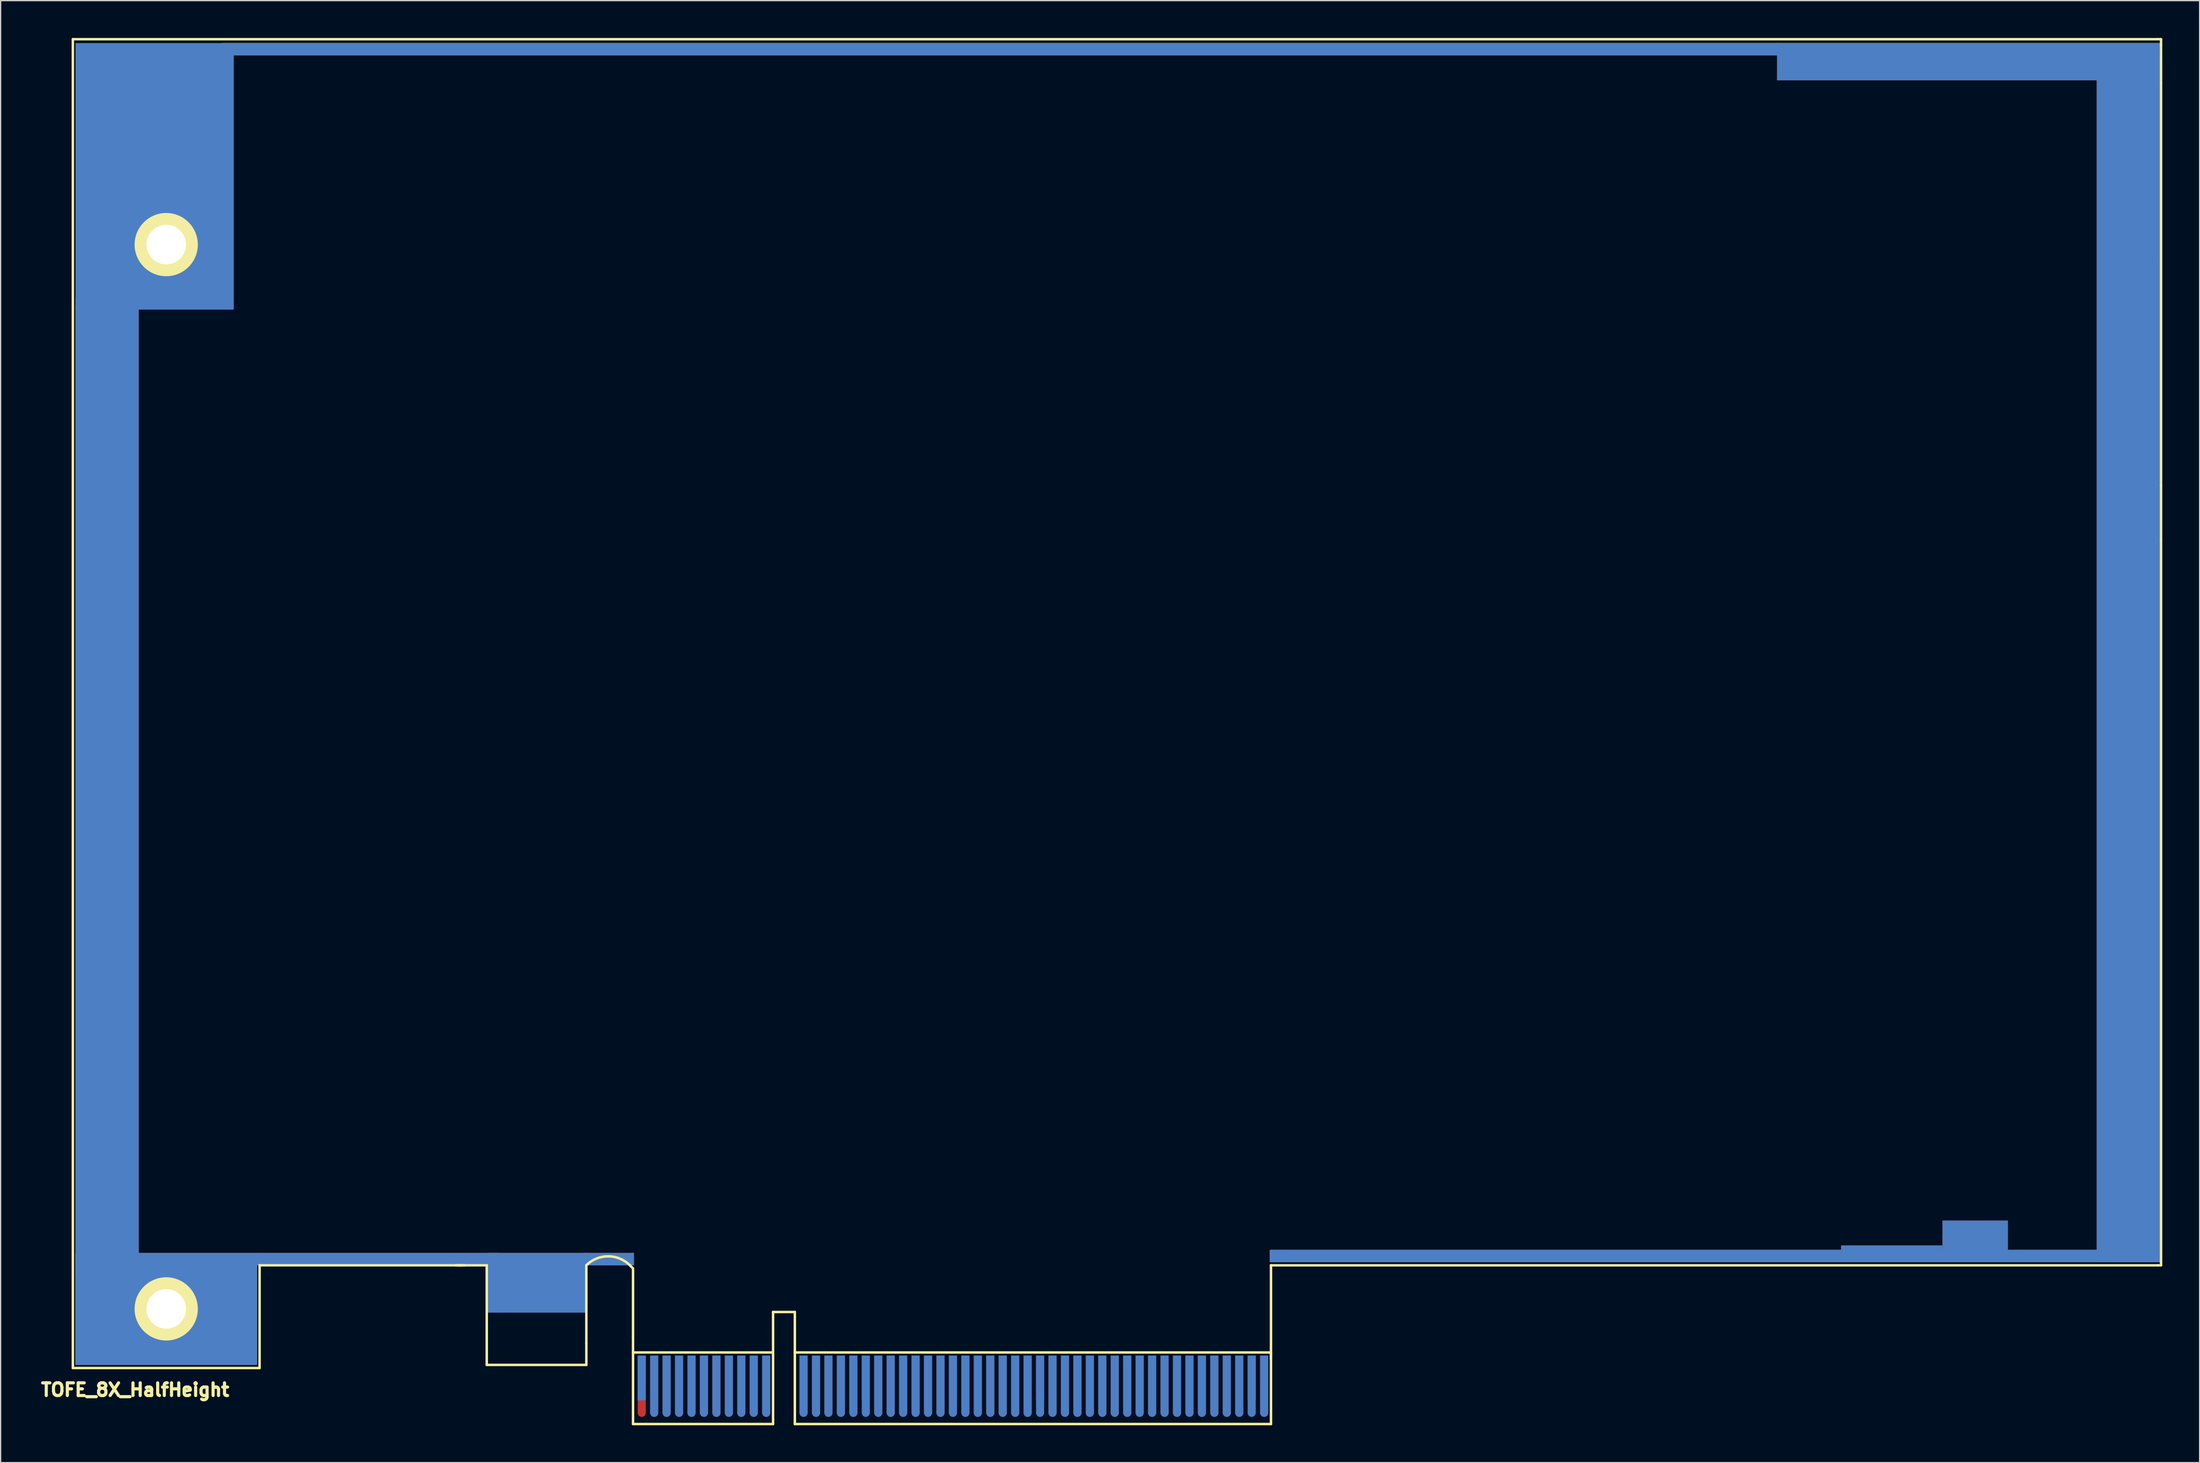
<source format=kicad_pcb>
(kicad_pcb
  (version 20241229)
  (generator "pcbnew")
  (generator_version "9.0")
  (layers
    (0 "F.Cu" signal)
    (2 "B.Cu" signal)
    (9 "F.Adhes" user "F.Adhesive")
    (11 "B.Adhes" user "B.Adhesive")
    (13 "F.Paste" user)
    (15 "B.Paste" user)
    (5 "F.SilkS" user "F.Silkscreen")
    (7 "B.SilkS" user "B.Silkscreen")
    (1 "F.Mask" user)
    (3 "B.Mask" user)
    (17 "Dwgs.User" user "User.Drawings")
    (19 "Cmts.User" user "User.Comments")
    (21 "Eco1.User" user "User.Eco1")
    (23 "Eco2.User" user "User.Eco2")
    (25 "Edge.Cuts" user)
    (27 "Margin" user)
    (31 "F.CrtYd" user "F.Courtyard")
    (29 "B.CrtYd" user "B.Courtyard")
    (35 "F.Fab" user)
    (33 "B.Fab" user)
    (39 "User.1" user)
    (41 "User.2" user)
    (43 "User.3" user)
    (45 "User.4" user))
  (footprint "TOFE_8X_HalfHeight"
    (layer "F.Cu")
    (at 2.803 106.85)
    (property "Reference" "TOFE_8X_HalfHeight" (at 5 1.75 0) (layer "F.SilkS") (effects (font (size 1.016 1.016) (thickness 0.254))))
    (attr through_hole)
    (fp_line (start 0 -0.25) (end 0 -106.75) (stroke (width 0.2) (type solid)) (layer "F.SilkS"))
    (fp_line (start 0 -0.25) (end 0 0) (stroke (width 0.2) (type solid)) (layer "F.SilkS"))
    (fp_line (start 0 0) (end 15 0) (stroke (width 0.2) (type solid)) (layer "F.SilkS"))
    (fp_line (start 15 -8.25) (end 31.25 -8.25) (stroke (width 0.2) (type solid)) (layer "F.SilkS"))
    (fp_line (start 15 -0.25) (end 15 -8.25) (stroke (width 0.2) (type solid)) (layer "F.SilkS"))
    (fp_line (start 15 0) (end 15 -0.25) (stroke (width 0.2) (type solid)) (layer "F.SilkS"))
    (fp_line (start 31.5 -8.25) (end 31 -8.25) (stroke (width 0.2) (type solid)) (layer "F.SilkS"))
    (fp_line (start 33.25 -8.25) (end 30.75 -8.25) (stroke (width 0.2) (type solid)) (layer "F.SilkS"))
    (fp_line (start 33.25 -0.25) (end 33.25 -8.25) (stroke (width 0.2) (type solid)) (layer "F.SilkS"))
    (fp_line (start 33.25 -0.25) (end 41.25 -0.25) (stroke (width 0.2) (type solid)) (layer "F.SilkS"))
    (fp_line (start 41.25 -2) (end 41.25 -8.25) (stroke (width 0.2) (type solid)) (layer "F.SilkS"))
    (fp_line (start 41.25 -2) (end 41.25 -0.25) (stroke (width 0.2) (type solid)) (layer "F.SilkS"))
    (fp_line (start 45 -8) (end 44.75 -8.25) (stroke (width 0.2) (type solid)) (layer "F.SilkS"))
    (fp_line (start 45 -2.5) (end 45 -8) (stroke (width 0.2) (type solid)) (layer "F.SilkS"))
    (fp_line (start 45 4.5) (end 45 -2.5) (stroke (width 0.2) (type solid)) (layer "F.SilkS"))
    (fp_line (start 45 4.5) (end 56.25 4.5) (stroke (width 0.2) (type solid)) (layer "F.SilkS"))
    (fp_line (start 56.25 -4.5) (end 56.25 4.5) (stroke (width 0.2) (type solid)) (layer "F.SilkS"))
    (fp_line (start 56.25 -4.5) (end 58 -4.5) (stroke (width 0.2) (type solid)) (layer "F.SilkS"))
    (fp_line (start 56.25 -1.25) (end 45 -1.25) (stroke (width 0.2) (type solid)) (layer "F.SilkS"))
    (fp_line (start 58 -4.5) (end 58 4.5) (stroke (width 0.2) (type solid)) (layer "F.SilkS"))
    (fp_line (start 58 4.5) (end 96.25 4.5) (stroke (width 0.2) (type solid)) (layer "F.SilkS"))
    (fp_line (start 96.25 -8.25) (end 167.5 -8.25) (stroke (width 0.2) (type solid)) (layer "F.SilkS"))
    (fp_line (start 96.25 -1.25) (end 58 -1.25) (stroke (width 0.2) (type solid)) (layer "F.SilkS"))
    (fp_line (start 96.25 -0.75) (end 96.25 -8.25) (stroke (width 0.2) (type solid)) (layer "F.SilkS"))
    (fp_line (start 96.25 4.5) (end 96.25 -1.25) (stroke (width 0.2) (type solid)) (layer "F.SilkS"))
    (fp_line (start 167.475 -106.75) (end 167.75 -106.75) (stroke (width 0.2) (type solid)) (layer "F.SilkS"))
    (fp_line (start 167.5 -106.75) (end 0 -106.75) (stroke (width 0.2) (type solid)) (layer "F.SilkS"))
    (fp_line (start 167.5 -8.25) (end 167.75 -8.25) (stroke (width 0.2) (type solid)) (layer "F.SilkS"))
    (fp_line (start 167.75 -106.75) (end 167.75 -106.275) (stroke (width 0.2) (type solid)) (layer "F.SilkS"))
    (fp_line (start 167.75 -106.275) (end 167.75 -103.225) (stroke (width 0.2) (type solid)) (layer "F.SilkS"))
    (fp_line (start 167.75 -103.225) (end 167.75 -89.15) (stroke (width 0.2) (type solid)) (layer "F.SilkS"))
    (fp_line (start 167.75 -89.1) (end 167.75 -70.9) (stroke (width 0.2) (type solid)) (layer "F.SilkS"))
    (fp_line (start 167.75 -70.9) (end 167.75 -66.55) (stroke (width 0.2) (type solid)) (layer "F.SilkS"))
    (fp_line (start 167.75 -66.55) (end 167.75 -8.575) (stroke (width 0.2) (type solid)) (layer "F.SilkS"))
    (fp_line (start 167.75 -8.25) (end 167.75 -8.55) (stroke (width 0.2) (type solid)) (layer "F.SilkS"))
    (fp_arc (start 41.25 -8.25) (mid 43 -8.974874) (end 44.75 -8.25) (stroke (width 0.2) (type solid)) (layer "F.SilkS"))
    (pad "" smd rect (at 2.75 -47) (size 5.08 78) (layers "F.Cu" "F.Mask" "F.Paste"))
    (pad "" smd rect (at 2.75 -46.36) (size 5.08 78) (layers "F.Mask" "B.Cu" "F.Paste"))
    (pad "" smd rect (at 6.57 -95.73) (size 12.7 21.4) (layers "F.Cu" "F.Mask" "F.Paste"))
    (pad "" smd rect (at 6.57 -95.73) (size 12.7 21.4) (layers "F.Mask" "B.Cu" "F.Paste"))
    (pad "" thru_hole circle (at 7.5 -90.25) (size 5.08 5.08) (drill 3.18) (layers "*.Cu" "*.Mask" "F.SilkS"))
    (pad "" thru_hole circle (at 7.5 -4.75) (size 5.08 5.08) (drill 3.18) (layers "*.Cu" "*.Mask" "F.SilkS"))
    (pad "" smd rect (at 7.5 -4.75) (size 14.6 9) (layers "F.Cu" "F.Mask" "F.Paste"))
    (pad "" smd rect (at 7.5 -4.75) (size 14.6 9) (layers "F.Mask" "B.Cu" "F.Paste"))
    (pad "" smd rect (at 24.5 -8.75) (size 19.5 1) (layers "F.Cu" "F.Mask" "F.Paste"))
    (pad "" smd rect (at 24.5 -8.75) (size 19.5 1) (layers "F.Mask" "B.Cu" "F.Paste"))
    (pad "" smd rect (at 37.325 -6.85) (size 8 4.8) (layers "F.Cu" "F.Mask" "F.Paste"))
    (pad "" smd rect (at 37.325 -6.85) (size 8 4.8) (layers "F.Mask" "B.Cu" "F.Paste"))
    (pad "" smd rect (at 43.075 -8.75) (size 4 1) (layers "F.Cu" "F.Mask" "F.Paste"))
    (pad "" smd rect (at 43.075 -8.75) (size 4 1) (layers "F.Mask" "B.Cu" "F.Paste"))
    (pad "" connect circle (at 45.7 3.601) (size 0.65 0.65) (layers "F.Cu" "F.Mask"))
    (pad "" connect circle (at 46.701 3.601) (size 0.65 0.65) (layers "F.Cu" "F.Mask"))
    (pad "" connect oval (at 46.701 3.601 90) (size 0.65 0.65) (layers "B.Cu" "B.Mask"))
    (pad "" connect circle (at 47.699 3.601) (size 0.65 0.65) (layers "F.Cu" "F.Mask"))
    (pad "" connect oval (at 47.699 3.601 90) (size 0.65 0.65) (layers "B.Cu" "B.Mask"))
    (pad "" connect circle (at 48.7 3.601) (size 0.65 0.65) (layers "F.Cu" "F.Mask"))
    (pad "" connect oval (at 48.7 3.601 90) (size 0.65 0.65) (layers "B.Cu" "B.Mask"))
    (pad "" connect circle (at 49.701 3.601) (size 0.65 0.65) (layers "F.Cu" "F.Mask"))
    (pad "" connect oval (at 49.701 3.601 90) (size 0.65 0.65) (layers "B.Cu" "B.Mask"))
    (pad "" connect circle (at 50.699 3.601) (size 0.65 0.65) (layers "F.Cu" "F.Mask"))
    (pad "" connect oval (at 50.699 3.601 90) (size 0.65 0.65) (layers "B.Cu" "B.Mask"))
    (pad "" connect circle (at 51.7 3.601) (size 0.65 0.65) (layers "F.Cu" "F.Mask"))
    (pad "" connect oval (at 51.7 3.601 90) (size 0.65 0.65) (layers "B.Cu" "B.Mask"))
    (pad "" connect circle (at 52.701 3.601) (size 0.65 0.65) (layers "F.Cu" "F.Mask"))
    (pad "" connect oval (at 52.701 3.601 90) (size 0.65 0.65) (layers "B.Cu" "B.Mask"))
    (pad "" connect circle (at 53.699 3.601) (size 0.65 0.65) (layers "F.Cu" "F.Mask"))
    (pad "" connect oval (at 53.699 3.601 90) (size 0.65 0.65) (layers "B.Cu" "B.Mask"))
    (pad "" connect circle (at 54.7 3.601) (size 0.65 0.65) (layers "F.Cu" "F.Mask"))
    (pad "" connect oval (at 54.7 3.601 90) (size 0.65 0.65) (layers "B.Cu" "B.Mask"))
    (pad "" connect circle (at 55.7 3.601) (size 0.65 0.65) (layers "F.Cu" "F.Mask"))
    (pad "" connect oval (at 55.7 3.601 90) (size 0.65 0.65) (layers "B.Cu" "B.Mask"))
    (pad "" connect circle (at 58.7 3.601) (size 0.65 0.65) (layers "F.Cu" "F.Mask"))
    (pad "" connect oval (at 58.7 3.601 90) (size 0.65 0.65) (layers "B.Cu" "B.Mask"))
    (pad "" connect circle (at 59.701 3.601) (size 0.65 0.65) (layers "F.Cu" "F.Mask"))
    (pad "" connect oval (at 59.701 3.601 90) (size 0.65 0.65) (layers "B.Cu" "B.Mask"))
    (pad "" connect circle (at 60.699 3.601) (size 0.65 0.65) (layers "F.Cu" "F.Mask"))
    (pad "" connect oval (at 60.699 3.601 90) (size 0.65 0.65) (layers "B.Cu" "B.Mask"))
    (pad "" connect circle (at 61.7 3.601) (size 0.65 0.65) (layers "F.Cu" "F.Mask"))
    (pad "" connect oval (at 61.7 3.601 90) (size 0.65 0.65) (layers "B.Cu" "B.Mask"))
    (pad "" connect circle (at 62.701 3.601) (size 0.65 0.65) (layers "F.Cu" "F.Mask"))
    (pad "" connect oval (at 62.701 3.601 90) (size 0.65 0.65) (layers "B.Cu" "B.Mask"))
    (pad "" connect oval (at 63.699 3.601 90) (size 0.65 0.65) (layers "B.Cu" "B.Mask"))
    (pad "" connect circle (at 64.7 3.601) (size 0.65 0.65) (layers "F.Cu" "F.Mask"))
    (pad "" connect oval (at 64.7 3.601 90) (size 0.65 0.65) (layers "B.Cu" "B.Mask"))
    (pad "" connect oval (at 65.7 3.601) (size 0.65 0.65) (layers "F.Cu" "B.Mask"))
    (pad "" connect oval (at 65.7 3.601 90) (size 0.65 0.65) (layers "B.Cu" "B.Mask"))
    (pad "" connect oval (at 66.7 3.601) (size 0.65 0.65) (layers "F.Cu" "B.Mask"))
    (pad "" connect oval (at 66.7 3.601 90) (size 0.65 0.65) (layers "B.Cu" "B.Mask"))
    (pad "" connect oval (at 67.7 3.601) (size 0.65 0.65) (layers "F.Cu" "B.Mask"))
    (pad "" connect oval (at 67.7 3.601 90) (size 0.65 0.65) (layers "B.Cu" "B.Mask"))
    (pad "" connect oval (at 68.7 3.601) (size 0.65 0.65) (layers "F.Cu" "B.Mask"))
    (pad "" connect oval (at 68.7 3.601 90) (size 0.65 0.65) (layers "B.Cu" "B.Mask"))
    (pad "" connect oval (at 69.7 3.601) (size 0.65 0.65) (layers "F.Cu" "B.Mask"))
    (pad "" connect oval (at 69.7 3.601 90) (size 0.65 0.65) (layers "B.Cu" "B.Mask"))
    (pad "" connect oval (at 70.7 3.601) (size 0.65 0.65) (layers "F.Cu" "B.Mask"))
    (pad "" connect oval (at 70.7 3.601 90) (size 0.65 0.65) (layers "B.Cu" "B.Mask"))
    (pad "" connect oval (at 71.7 3.601) (size 0.65 0.65) (layers "F.Cu" "B.Mask"))
    (pad "" connect oval (at 71.7 3.601 90) (size 0.65 0.65) (layers "B.Cu" "B.Mask"))
    (pad "" connect oval (at 72.7 3.601) (size 0.65 0.65) (layers "F.Cu" "B.Mask"))
    (pad "" connect oval (at 72.7 3.601 90) (size 0.65 0.65) (layers "B.Cu" "B.Mask"))
    (pad "" connect oval (at 73.7 3.601) (size 0.65 0.65) (layers "F.Cu" "B.Mask"))
    (pad "" connect oval (at 73.7 3.601 90) (size 0.65 0.65) (layers "B.Cu" "B.Mask"))
    (pad "" smd rect (at 74.45 -105.95) (size 125 1) (layers "F.Mask" "B.Cu" "F.Paste"))
    (pad "" smd rect (at 74.7 -105.95) (size 125 1) (layers "F.Cu" "F.Mask" "F.Paste"))
    (pad "" connect oval (at 74.7 3.601) (size 0.65 0.65) (layers "F.Cu" "B.Mask"))
    (pad "" connect oval (at 74.7 3.601 90) (size 0.65 0.65) (layers "B.Cu" "B.Mask"))
    (pad "" connect oval (at 75.7 3.601) (size 0.65 0.65) (layers "F.Cu" "B.Mask"))
    (pad "" connect oval (at 75.7 3.601 90) (size 0.65 0.65) (layers "B.Cu" "B.Mask"))
    (pad "" connect oval (at 76.7 3.601) (size 0.65 0.65) (layers "F.Cu" "B.Mask"))
    (pad "" connect oval (at 76.7 3.601 90) (size 0.65 0.65) (layers "B.Cu" "B.Mask"))
    (pad "" connect oval (at 77.7 3.601 90) (size 0.65 0.65) (layers "B.Cu" "B.Mask"))
    (pad "" connect oval (at 78.7 3.601) (size 0.65 0.65) (layers "F.Cu" "B.Mask"))
    (pad "" connect oval (at 78.7 3.601 90) (size 0.65 0.65) (layers "B.Cu" "B.Mask"))
    (pad "" connect oval (at 79.7 3.601) (size 0.65 0.65) (layers "F.Cu" "B.Mask"))
    (pad "" connect oval (at 79.7 3.601 90) (size 0.65 0.65) (layers "B.Cu" "B.Mask"))
    (pad "" connect oval (at 80.7 3.601) (size 0.65 0.65) (layers "F.Cu" "B.Mask"))
    (pad "" connect oval (at 80.7 3.601 90) (size 0.65 0.65) (layers "B.Cu" "B.Mask"))
    (pad "" connect oval (at 81.7 3.601) (size 0.65 0.65) (layers "F.Cu" "B.Mask"))
    (pad "" connect oval (at 81.7 3.601 90) (size 0.65 0.65) (layers "B.Cu" "B.Mask"))
    (pad "" connect oval (at 82.7 3.601) (size 0.65 0.65) (layers "F.Cu" "B.Mask"))
    (pad "" connect oval (at 82.7 3.601 90) (size 0.65 0.65) (layers "B.Cu" "B.Mask"))
    (pad "" connect oval (at 83.7 3.601) (size 0.65 0.65) (layers "F.Cu" "B.Mask"))
    (pad "" connect oval (at 83.7 3.601 90) (size 0.65 0.65) (layers "B.Cu" "B.Mask"))
    (pad "" connect oval (at 84.7 3.601) (size 0.65 0.65) (layers "F.Cu" "B.Mask"))
    (pad "" connect oval (at 84.7 3.601 90) (size 0.65 0.65) (layers "B.Cu" "B.Mask"))
    (pad "" connect oval (at 85.7 3.601) (size 0.65 0.65) (layers "F.Cu" "B.Mask"))
    (pad "" connect oval (at 85.7 3.601 90) (size 0.65 0.65) (layers "B.Cu" "B.Mask"))
    (pad "" connect oval (at 86.7 3.601) (size 0.65 0.65) (layers "F.Cu" "B.Mask"))
    (pad "" connect oval (at 86.7 3.601 90) (size 0.65 0.65) (layers "B.Cu" "B.Mask"))
    (pad "" connect oval (at 87.7 3.601) (size 0.65 0.65) (layers "F.Cu" "B.Mask"))
    (pad "" connect oval (at 87.7 3.601 90) (size 0.65 0.65) (layers "B.Cu" "B.Mask"))
    (pad "" connect oval (at 88.7 3.601) (size 0.65 0.65) (layers "F.Cu" "B.Mask"))
    (pad "" connect oval (at 88.7 3.601 90) (size 0.65 0.65) (layers "B.Cu" "B.Mask"))
    (pad "" connect oval (at 89.7 3.601) (size 0.65 0.65) (layers "F.Cu" "B.Mask"))
    (pad "" connect oval (at 89.7 3.601 90) (size 0.65 0.65) (layers "B.Cu" "B.Mask"))
    (pad "" connect oval (at 90.7 3.601) (size 0.65 0.65) (layers "F.Cu" "B.Mask"))
    (pad "" connect oval (at 90.7 3.601 90) (size 0.65 0.65) (layers "B.Cu" "B.Mask"))
    (pad "" connect oval (at 91.7 3.601) (size 0.65 0.65) (layers "F.Cu" "B.Mask"))
    (pad "" connect oval (at 91.7 3.601 90) (size 0.65 0.65) (layers "B.Cu" "B.Mask"))
    (pad "" connect oval (at 92.7 3.601) (size 0.65 0.65) (layers "F.Cu" "B.Mask"))
    (pad "" connect oval (at 92.7 3.601 90) (size 0.65 0.65) (layers "B.Cu" "B.Mask"))
    (pad "" connect oval (at 93.7 3.601) (size 0.65 0.65) (layers "F.Cu" "B.Mask"))
    (pad "" connect oval (at 93.7 3.601 90) (size 0.65 0.65) (layers "B.Cu" "B.Mask"))
    (pad "" connect oval (at 94.7 3.601 90) (size 0.65 0.65) (layers "B.Cu" "B.Mask"))
    (pad "" connect oval (at 95.7 3.601) (size 0.65 0.65) (layers "F.Cu" "B.Mask"))
    (pad "" connect oval (at 95.7 3.601 90) (size 0.65 0.65) (layers "B.Cu" "B.Mask"))
    (pad "" smd rect (at 131.875 -9) (size 71.45 1) (layers "F.Cu" "F.Mask" "F.Paste"))
    (pad "" smd rect (at 131.875 -9) (size 71.45 1) (layers "F.Mask" "B.Cu" "F.Paste"))
    (pad "" smd rect (at 146.12 -9.67) (size 8.15 0.35) (layers "F.Cu" "F.Mask" "F.Paste"))
    (pad "" smd rect (at 146.12 -9.67) (size 8.15 0.35) (layers "F.Mask" "B.Cu" "F.Paste"))
    (pad "" smd rect (at 152.28 -104.95) (size 30.75 3) (layers "F.Cu" "F.Mask" "F.Paste"))
    (pad "" smd rect (at 152.28 -104.95) (size 30.75 3) (layers "F.Mask" "B.Cu" "F.Paste"))
    (pad "" smd rect (at 152.82 -10.67) (size 5.25 2.35) (layers "F.Cu" "F.Mask" "F.Paste"))
    (pad "" smd rect (at 152.82 -10.67) (size 5.25 2.35) (layers "F.Mask" "B.Cu" "F.Paste"))
    (pad "" smd rect (at 165.12 -56.95) (size 5.08 96.9) (layers "F.Cu" "F.Mask" "F.Paste"))
    (pad "" smd rect (at 165.12 -56.92) (size 5.08 96.84) (layers "F.Mask" "B.Cu" "F.Paste"))
    (pad "A1" connect rect (at 45.7 0.8) (size 0.65 3.599) (layers "B.Cu" "B.Mask"))
    (pad "A2" connect rect (at 46.701 1.3) (size 0.65 4.6) (layers "B.Cu" "B.Mask"))
    (pad "A3" connect rect (at 47.699 1.3) (size 0.65 4.6) (layers "B.Cu" "B.Mask"))
    (pad "A4" connect rect (at 48.7 1.3) (size 0.65 4.6) (layers "B.Cu" "B.Mask"))
    (pad "A5" connect rect (at 49.701 1.3) (size 0.65 4.6) (layers "B.Cu" "B.Mask"))
    (pad "A6" connect rect (at 50.699 1.3) (size 0.65 4.6) (layers "B.Cu" "B.Mask"))
    (pad "A7" connect rect (at 51.7 1.3) (size 0.65 4.6) (layers "B.Cu" "B.Mask"))
    (pad "A8" connect rect (at 52.701 1.3) (size 0.65 4.6) (layers "B.Cu" "B.Mask"))
    (pad "A9" connect rect (at 53.699 1.3) (size 0.65 4.6) (layers "B.Cu" "B.Mask"))
    (pad "A10" connect rect (at 54.7 1.3) (size 0.65 4.6) (layers "B.Cu" "B.Mask"))
    (pad "A11" connect rect (at 55.7 1.3) (size 0.65 4.6) (layers "B.Cu" "B.Mask"))
    (pad "A12" connect rect (at 58.7 1.3) (size 0.65 4.6) (layers "B.Cu" "B.Mask"))
    (pad "A13" connect rect (at 59.701 1.3) (size 0.65 4.6) (layers "B.Cu" "B.Mask"))
    (pad "A14" connect rect (at 60.699 1.3) (size 0.65 4.6) (layers "B.Cu" "B.Mask"))
    (pad "A15" connect rect (at 61.7 1.3) (size 0.65 4.6) (layers "B.Cu" "B.Mask"))
    (pad "A16" connect rect (at 62.701 1.3) (size 0.65 4.6) (layers "B.Cu" "B.Mask"))
    (pad "A17" connect rect (at 63.699 1.3) (size 0.65 4.6) (layers "B.Cu" "B.Mask"))
    (pad "A18" connect rect (at 64.7 1.3) (size 0.65 4.6) (layers "B.Cu" "B.Mask"))
    (pad "A19" connect rect (at 65.7 1.3) (size 0.65 4.6) (layers "B.Cu" "B.Mask"))
    (pad "A20" connect rect (at 66.7 1.3) (size 0.65 4.6) (layers "B.Cu" "B.Mask"))
    (pad "A21" connect rect (at 67.7 1.3) (size 0.65 4.6) (layers "B.Cu" "B.Mask"))
    (pad "A22" connect rect (at 68.7 1.3) (size 0.65 4.6) (layers "B.Cu" "B.Mask"))
    (pad "A23" connect rect (at 69.7 1.3) (size 0.65 4.6) (layers "B.Cu" "B.Mask"))
    (pad "A24" connect rect (at 70.7 1.3) (size 0.65 4.6) (layers "B.Cu" "B.Mask"))
    (pad "A25" connect rect (at 71.7 1.3) (size 0.65 4.6) (layers "B.Cu" "B.Mask"))
    (pad "A26" connect rect (at 72.7 1.3) (size 0.65 4.6) (layers "B.Cu" "B.Mask"))
    (pad "A27" connect rect (at 73.7 1.3) (size 0.65 4.6) (layers "B.Cu" "B.Mask"))
    (pad "A28" connect rect (at 74.7 1.3) (size 0.65 4.6) (layers "B.Cu" "B.Mask"))
    (pad "A29" connect rect (at 75.7 1.3) (size 0.65 4.6) (layers "B.Cu" "B.Mask"))
    (pad "A30" connect rect (at 76.7 1.3) (size 0.65 4.6) (layers "B.Cu" "B.Mask"))
    (pad "A31" connect rect (at 77.7 1.3) (size 0.65 4.6) (layers "B.Cu" "B.Mask"))
    (pad "A32" connect rect (at 78.7 1.3) (size 0.65 4.6) (layers "B.Cu" "B.Mask"))
    (pad "A33" connect rect (at 79.7 1.3) (size 0.65 4.6) (layers "B.Cu" "B.Mask"))
    (pad "A34" connect rect (at 80.7 1.3) (size 0.65 4.6) (layers "B.Cu" "B.Mask"))
    (pad "A35" connect rect (at 81.7 1.3) (size 0.65 4.6) (layers "B.Cu" "B.Mask"))
    (pad "A36" connect rect (at 82.7 1.3) (size 0.65 4.6) (layers "B.Cu" "B.Mask"))
    (pad "A37" connect rect (at 83.7 1.3) (size 0.65 4.6) (layers "B.Cu" "B.Mask"))
    (pad "A38" connect rect (at 84.7 1.3) (size 0.65 4.6) (layers "B.Cu" "B.Mask"))
    (pad "A39" connect rect (at 85.7 1.3) (size 0.65 4.6) (layers "B.Cu" "B.Mask"))
    (pad "A40" connect rect (at 86.7 1.3) (size 0.65 4.6) (layers "B.Cu" "B.Mask"))
    (pad "A41" connect rect (at 87.7 1.3) (size 0.65 4.6) (layers "B.Cu" "B.Mask"))
    (pad "A42" connect rect (at 88.7 1.3) (size 0.65 4.6) (layers "B.Cu" "B.Mask"))
    (pad "A43" connect rect (at 89.7 1.3) (size 0.65 4.6) (layers "B.Cu" "B.Mask"))
    (pad "A44" connect rect (at 90.7 1.3) (size 0.65 4.6) (layers "B.Cu" "B.Mask"))
    (pad "A45" connect rect (at 91.7 1.3) (size 0.65 4.6) (layers "B.Cu" "B.Mask"))
    (pad "A46" connect rect (at 92.7 1.3) (size 0.65 4.6) (layers "B.Cu" "B.Mask"))
    (pad "A47" connect rect (at 93.7 1.3) (size 0.65 4.6) (layers "B.Cu" "B.Mask"))
    (pad "A48" connect rect (at 94.7 1.3) (size 0.65 4.6) (layers "B.Cu" "B.Mask"))
    (pad "A49" connect rect (at 95.7 1.3) (size 0.65 4.6) (layers "B.Cu" "B.Mask"))
    (pad "B1" connect rect (at 45.7 1.3) (size 0.65 4.6) (layers "F.Cu" "B.Mask"))
    (pad "B2" connect rect (at 46.701 1.3) (size 0.65 4.6) (layers "F.Cu" "B.Mask"))
    (pad "B3" connect rect (at 47.699 1.3) (size 0.65 4.6) (layers "F.Cu" "B.Mask"))
    (pad "B4" connect rect (at 48.7 1.3) (size 0.65 4.6) (layers "F.Cu" "B.Mask"))
    (pad "B5" connect rect (at 49.701 1.3) (size 0.65 4.6) (layers "F.Cu" "B.Mask"))
    (pad "B6" connect rect (at 50.699 1.3) (size 0.65 4.6) (layers "F.Cu" "B.Mask"))
    (pad "B7" connect rect (at 51.7 1.3) (size 0.65 4.6) (layers "F.Cu" "B.Mask"))
    (pad "B8" connect rect (at 52.701 1.3) (size 0.65 4.6) (layers "F.Cu" "B.Mask"))
    (pad "B9" connect rect (at 53.699 1.3) (size 0.65 4.6) (layers "F.Cu" "B.Mask"))
    (pad "B10" connect rect (at 54.7 1.3) (size 0.65 4.6) (layers "F.Cu" "B.Mask"))
    (pad "B11" connect rect (at 55.7 1.3) (size 0.65 4.6) (layers "F.Cu" "B.Mask"))
    (pad "B12" connect rect (at 58.7 1.3) (size 0.65 4.6) (layers "F.Cu" "B.Mask"))
    (pad "B13" connect rect (at 59.701 1.3) (size 0.65 4.6) (layers "F.Cu" "B.Mask"))
    (pad "B14" connect rect (at 60.699 1.3) (size 0.65 4.6) (layers "F.Cu" "B.Mask"))
    (pad "B15" connect rect (at 61.7 1.3) (size 0.65 4.6) (layers "F.Cu" "B.Mask"))
    (pad "B16" connect rect (at 62.701 1.3) (size 0.65 4.6) (layers "F.Cu" "B.Mask"))
    (pad "B17" connect rect (at 63.699 0.8) (size 0.65 3.599) (layers "F.Cu" "B.Mask"))
    (pad "B18" connect rect (at 64.7 1.3) (size 0.65 4.6) (layers "F.Cu" "B.Mask"))
    (pad "B19" connect rect (at 65.7 1.3) (size 0.65 4.6) (layers "F.Cu" "B.Mask"))
    (pad "B20" connect rect (at 66.7 1.3) (size 0.65 4.6) (layers "F.Cu" "B.Mask"))
    (pad "B21" connect rect (at 67.7 1.3) (size 0.65 4.6) (layers "F.Cu" "B.Mask"))
    (pad "B22" connect rect (at 68.7 1.3) (size 0.65 4.6) (layers "F.Cu" "B.Mask"))
    (pad "B23" connect rect (at 69.7 1.3) (size 0.65 4.6) (layers "F.Cu" "B.Mask"))
    (pad "B24" connect rect (at 70.7 1.3) (size 0.65 4.6) (layers "F.Cu" "B.Mask"))
    (pad "B25" connect rect (at 71.7 1.3) (size 0.65 4.6) (layers "F.Cu" "B.Mask"))
    (pad "B26" connect rect (at 72.7 1.3) (size 0.65 4.6) (layers "F.Cu" "B.Mask"))
    (pad "B27" connect rect (at 73.7 1.3) (size 0.65 4.6) (layers "F.Cu" "B.Mask"))
    (pad "B28" connect rect (at 74.7 1.3) (size 0.65 4.6) (layers "F.Cu" "B.Mask"))
    (pad "B29" connect rect (at 75.7 1.3) (size 0.65 4.6) (layers "F.Cu" "B.Mask"))
    (pad "B30" connect rect (at 76.7 1.3) (size 0.65 4.6) (layers "F.Cu" "B.Mask"))
    (pad "B31" connect rect (at 77.7 0.8) (size 0.65 3.599) (layers "F.Cu" "B.Mask"))
    (pad "B32" connect rect (at 78.7 1.3) (size 0.65 4.6) (layers "F.Cu" "B.Mask"))
    (pad "B33" connect rect (at 79.7 1.3) (size 0.65 4.6) (layers "F.Cu" "B.Mask"))
    (pad "B34" connect rect (at 80.7 1.3) (size 0.65 4.6) (layers "F.Cu" "B.Mask"))
    (pad "B35" connect rect (at 81.7 1.3) (size 0.65 4.6) (layers "F.Cu" "B.Mask"))
    (pad "B36" connect rect (at 82.7 1.3) (size 0.65 4.6) (layers "F.Cu" "B.Mask"))
    (pad "B37" connect rect (at 83.7 1.3) (size 0.65 4.6) (layers "F.Cu" "B.Mask"))
    (pad "B38" connect rect (at 84.7 1.3) (size 0.65 4.6) (layers "F.Cu" "B.Mask"))
    (pad "B39" connect rect (at 85.7 1.3) (size 0.65 4.6) (layers "F.Cu" "B.Mask"))
    (pad "B40" connect rect (at 86.7 1.3) (size 0.65 4.6) (layers "F.Cu" "B.Mask"))
    (pad "B41" connect rect (at 87.7 1.3) (size 0.65 4.6) (layers "F.Cu" "B.Mask"))
    (pad "B42" connect rect (at 88.7 1.3) (size 0.65 4.6) (layers "F.Cu" "B.Mask"))
    (pad "B43" connect rect (at 89.7 1.3) (size 0.65 4.6) (layers "F.Cu" "B.Mask"))
    (pad "B44" connect rect (at 90.7 1.3) (size 0.65 4.6) (layers "F.Cu" "B.Mask"))
    (pad "B45" connect rect (at 91.7 1.3) (size 0.65 4.6) (layers "F.Cu" "B.Mask"))
    (pad "B46" connect rect (at 92.7 1.3) (size 0.65 4.6) (layers "F.Cu" "B.Mask"))
    (pad "B47" connect rect (at 93.7 1.3) (size 0.65 4.6) (layers "F.Cu" "B.Mask"))
    (pad "B48" connect rect (at 94.7 0.8) (size 0.65 3.599) (layers "F.Cu" "B.Mask"))
    (pad "B49" connect rect (at 95.7 1.3) (size 0.65 4.6) (layers "F.Cu" "B.Mask")))
  (gr_rect
    (start -3 -3)
    (end 173.653 114.45)
    (stroke (width 0.1) (type default))
    (fill no)
    (layer "Edge.Cuts")))
</source>
